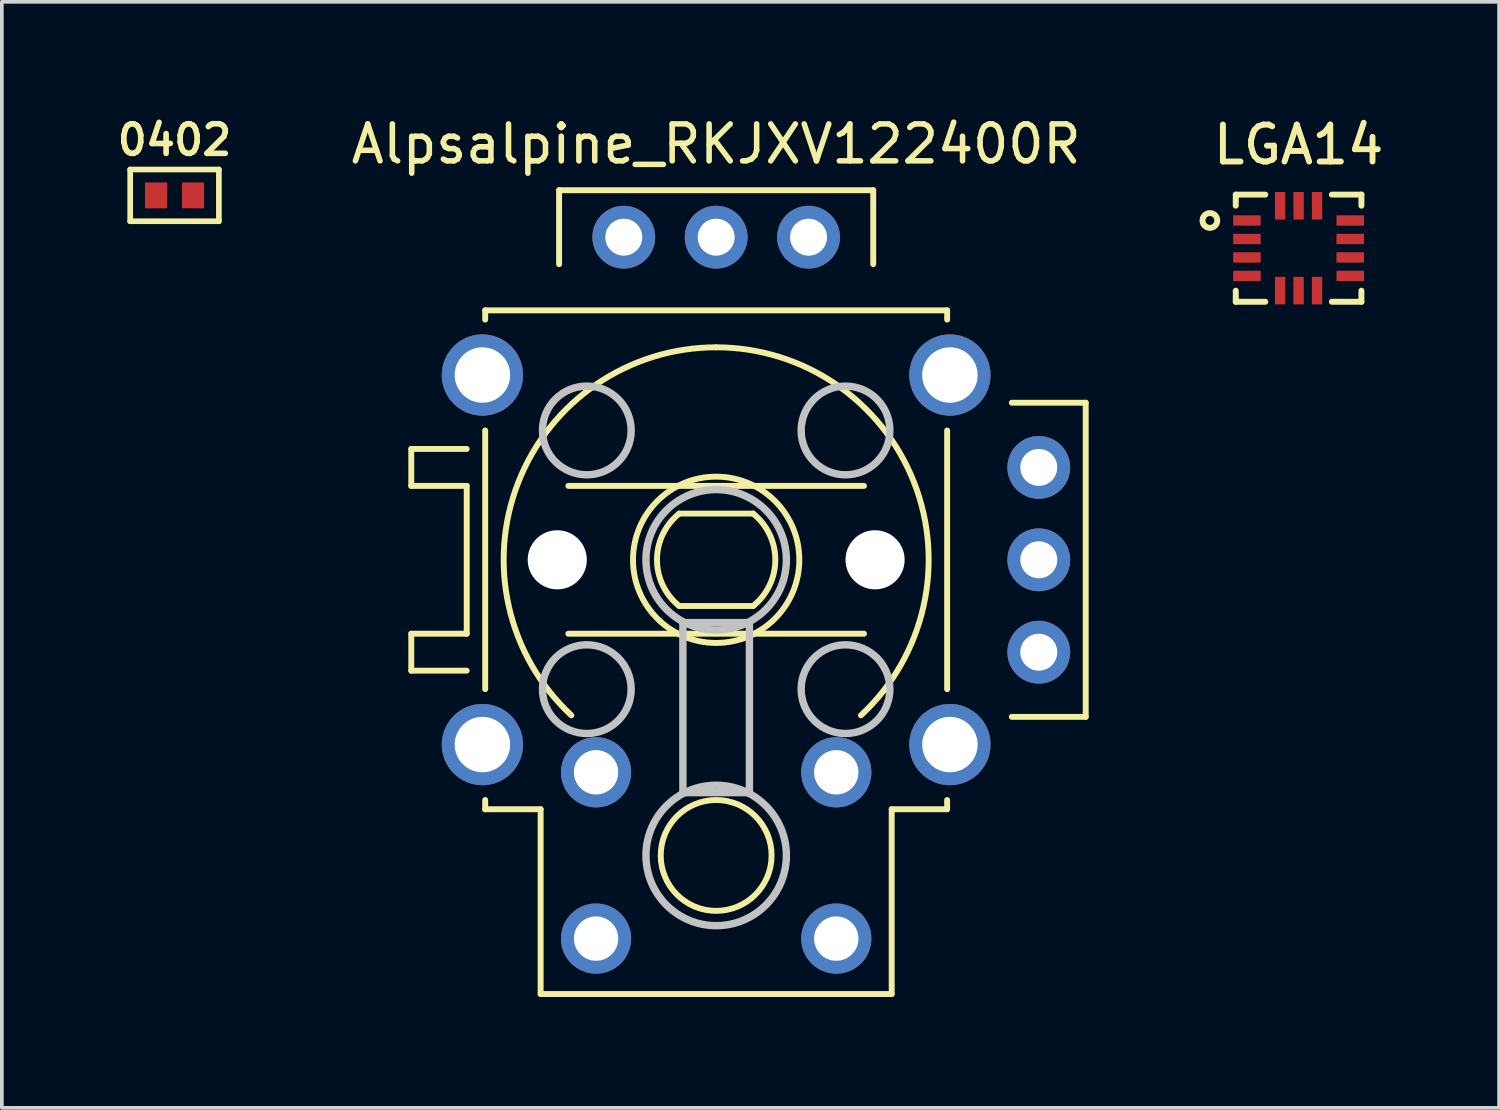
<source format=kicad_pcb>
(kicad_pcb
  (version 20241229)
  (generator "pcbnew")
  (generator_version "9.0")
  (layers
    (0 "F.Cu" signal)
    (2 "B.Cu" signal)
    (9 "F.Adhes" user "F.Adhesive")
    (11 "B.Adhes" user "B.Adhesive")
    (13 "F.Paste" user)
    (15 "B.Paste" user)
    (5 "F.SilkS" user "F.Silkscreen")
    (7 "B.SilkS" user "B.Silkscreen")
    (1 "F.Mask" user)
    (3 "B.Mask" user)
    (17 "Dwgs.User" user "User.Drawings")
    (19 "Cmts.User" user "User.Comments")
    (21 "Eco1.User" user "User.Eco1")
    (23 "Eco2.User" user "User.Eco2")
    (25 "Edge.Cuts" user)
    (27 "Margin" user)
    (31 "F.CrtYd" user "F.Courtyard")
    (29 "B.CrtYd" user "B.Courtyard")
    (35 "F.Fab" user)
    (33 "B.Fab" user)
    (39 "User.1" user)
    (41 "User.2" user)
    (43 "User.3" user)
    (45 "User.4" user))
  (footprint "Alpsalpine_RKJXV122400R"
    (layer "F.Cu")
    (at 16.329 12.098)
    (property "Reference" "Alpsalpine_RKJXV122400R" (at 0 -11.25 0) (layer "F.SilkS") (effects (font (size 1 1) (thickness 0.15))))
    (attr through_hole)
    (fp_line (start -8.25 -3) (end -6.75 -3) (stroke (width 0.16) (type default)) (layer "F.SilkS"))
    (fp_line (start -8.25 -2) (end -8.25 -3) (stroke (width 0.16) (type default)) (layer "F.SilkS"))
    (fp_line (start -8.25 2) (end -8.25 3) (stroke (width 0.16) (type default)) (layer "F.SilkS"))
    (fp_line (start -8.25 3) (end -6.75 3) (stroke (width 0.16) (type default)) (layer "F.SilkS"))
    (fp_line (start -6.75 -2) (end -8.25 -2) (stroke (width 0.16) (type default)) (layer "F.SilkS"))
    (fp_line (start -6.75 -2) (end -6.75 2) (stroke (width 0.16) (type default)) (layer "F.SilkS"))
    (fp_line (start -6.75 2) (end -8.25 2) (stroke (width 0.16) (type default)) (layer "F.SilkS"))
    (fp_line (start -6.25 -6.75) (end -6.25 -6.5) (stroke (width 0.16) (type default)) (layer "F.SilkS"))
    (fp_line (start -6.25 -6.75) (end 6.25 -6.75) (stroke (width 0.16) (type default)) (layer "F.SilkS"))
    (fp_line (start -6.25 3.5) (end -6.25 -3.5) (stroke (width 0.16) (type default)) (layer "F.SilkS"))
    (fp_line (start -6.25 6.5) (end -6.25 6.75) (stroke (width 0.16) (type default)) (layer "F.SilkS"))
    (fp_line (start -6.25 6.75) (end -4.75 6.75) (stroke (width 0.16) (type default)) (layer "F.SilkS"))
    (fp_line (start -4.75 11.75) (end -4.75 6.75) (stroke (width 0.16) (type default)) (layer "F.SilkS"))
    (fp_line (start -4.25 -8) (end -4.25 -10) (stroke (width 0.16) (type default)) (layer "F.SilkS"))
    (fp_line (start -1 -1.25) (end 1 -1.25) (stroke (width 0.16) (type default)) (layer "F.SilkS"))
    (fp_line (start -1 1.25) (end 1 1.25) (stroke (width 0.16) (type default)) (layer "F.SilkS"))
    (fp_line (start 4 -2) (end -4 -2) (stroke (width 0.16) (type default)) (layer "F.SilkS"))
    (fp_line (start 4 2) (end -4 2) (stroke (width 0.16) (type default)) (layer "F.SilkS"))
    (fp_line (start 4.25 -10) (end -4.25 -10) (stroke (width 0.16) (type default)) (layer "F.SilkS"))
    (fp_line (start 4.25 -8) (end 4.25 -10) (stroke (width 0.16) (type default)) (layer "F.SilkS"))
    (fp_line (start 4.75 6.75) (end 6.25 6.75) (stroke (width 0.16) (type default)) (layer "F.SilkS"))
    (fp_line (start 4.75 11.75) (end -4.75 11.75) (stroke (width 0.16) (type default)) (layer "F.SilkS"))
    (fp_line (start 4.75 11.75) (end 4.75 6.75) (stroke (width 0.16) (type default)) (layer "F.SilkS"))
    (fp_line (start 6.25 -6.75) (end 6.25 -6.5) (stroke (width 0.16) (type default)) (layer "F.SilkS"))
    (fp_line (start 6.25 3.5) (end 6.25 -3.5) (stroke (width 0.16) (type default)) (layer "F.SilkS"))
    (fp_line (start 6.25 6.5) (end 6.25 6.75) (stroke (width 0.16) (type default)) (layer "F.SilkS"))
    (fp_line (start 8 -4.25) (end 10 -4.25) (stroke (width 0.16) (type default)) (layer "F.SilkS"))
    (fp_line (start 8 4.25) (end 10 4.25) (stroke (width 0.16) (type default)) (layer "F.SilkS"))
    (fp_line (start 10 4.25) (end 10 -4.25) (stroke (width 0.16) (type default)) (layer "F.SilkS"))
    (fp_arc (start -3.918156 4.208389) (mid -5.350735 -2.105263) (end 0 -5.75) (stroke (width 0.16) (type default)) (layer "F.SilkS"))
    (fp_arc (start -1 1.25) (mid -1.600781 0) (end -1 -1.25) (stroke (width 0.16) (type default)) (layer "F.SilkS"))
    (fp_arc (start 0 -5.75) (mid 5.350735 -2.105263) (end 3.918157 4.20839) (stroke (width 0.16) (type default)) (layer "F.SilkS"))
    (fp_arc (start 1 -1.25) (mid 1.600781 0) (end 1 1.25) (stroke (width 0.16) (type default)) (layer "F.SilkS"))
    (fp_circle (center 0 0) (end 0 2.25) (stroke (width 0.16) (type default)) (fill no) (layer "F.SilkS"))
    (fp_circle (center 0 8) (end 1.5 8) (stroke (width 0.16) (type default)) (fill no) (layer "F.SilkS"))
    (fp_line (start -0.9 1.7) (end -0.9 6.3) (stroke (width 0.2) (type solid)) (layer "Dwgs.User"))
    (fp_line (start -0.9 6.3) (end 0.9 6.3) (stroke (width 0.2) (type solid)) (layer "Dwgs.User"))
    (fp_line (start 0.9 1.7) (end -0.9 1.7) (stroke (width 0.2) (type solid)) (layer "Dwgs.User"))
    (fp_line (start 0.9 6.3) (end 0.9 1.7) (stroke (width 0.2) (type solid)) (layer "Dwgs.User"))
    (fp_circle (center -3.5 -3.5) (end -2.3 -3.5) (stroke (width 0.2) (type solid)) (fill no) (layer "Dwgs.User"))
    (fp_circle (center -3.5 3.5) (end -2.3 3.5) (stroke (width 0.2) (type solid)) (fill no) (layer "Dwgs.User"))
    (fp_circle (center 0 0) (end 1.9 0) (stroke (width 0.2) (type solid)) (fill no) (layer "Dwgs.User"))
    (fp_circle (center 0 8) (end 1.9 8) (stroke (width 0.2) (type solid)) (fill no) (layer "Dwgs.User"))
    (fp_circle (center 3.5 -3.5) (end 4.7 -3.5) (stroke (width 0.2) (type solid)) (fill no) (layer "Dwgs.User"))
    (fp_circle (center 3.5 3.5) (end 4.7 3.5) (stroke (width 0.2) (type solid)) (fill no) (layer "Dwgs.User"))
    (pad "" thru_hole circle (at -6.325 -5) (size 2.2 2.2) (drill 1.5) (layers "*.Cu" "*.Mask"))
    (pad "" thru_hole circle (at -6.325 5) (size 2.2 2.2) (drill 1.5) (layers "*.Cu" "*.Mask"))
    (pad "" np_thru_hole circle (at -4.3 0) (size 1.6 1.6) (drill 1.6) (layers "*.Cu" "*.Mask"))
    (pad "" np_thru_hole circle (at 4.3 0) (size 1.6 1.6) (drill 1.6) (layers "*.Cu" "*.Mask"))
    (pad "" thru_hole circle (at 6.325 -5) (size 2.2 2.2) (drill 1.5) (layers "*.Cu" "*.Mask"))
    (pad "" thru_hole circle (at 6.325 5) (size 2.2 2.2) (drill 1.5) (layers "*.Cu" "*.Mask"))
    (pad "1" thru_hole circle (at 8.73 2.5) (size 1.7 1.7) (drill 1) (layers "*.Cu" "*.Mask"))
    (pad "2" thru_hole circle (at 8.73 0) (size 1.7 1.7) (drill 1) (layers "*.Cu" "*.Mask"))
    (pad "3" thru_hole circle (at 8.73 -2.5) (size 1.7 1.7) (drill 1) (layers "*.Cu" "*.Mask"))
    (pad "4" thru_hole circle (at 2.5 -8.73) (size 1.7 1.7) (drill 1) (layers "*.Cu" "*.Mask"))
    (pad "5" thru_hole circle (at 0 -8.73) (size 1.7 1.7) (drill 1) (layers "*.Cu" "*.Mask"))
    (pad "6" thru_hole circle (at -2.5 -8.73) (size 1.7 1.7) (drill 1) (layers "*.Cu" "*.Mask"))
    (pad "7" thru_hole circle (at -3.25 5.75) (size 1.9 1.9) (drill 1.2) (layers "*.Cu" "*.Mask"))
    (pad "8" thru_hole circle (at -3.25 10.25) (size 1.9 1.9) (drill 1.2) (layers "*.Cu" "*.Mask"))
    (pad "9" thru_hole circle (at 3.25 5.75) (size 1.9 1.9) (drill 1.2) (layers "*.Cu" "*.Mask"))
    (pad "10" thru_hole circle (at 3.25 10.25) (size 1.9 1.9) (drill 1.2) (layers "*.Cu" "*.Mask")))
  (footprint "LGA14"
    (layer "F.Cu")
    (at 32.089 3.666)
    (property "Reference" "LGA14" (at 0 -2.8 0) (layer "F.SilkS") (effects (font (size 1 1) (thickness 0.16))))
    (attr smd)
    (fp_line (start -1.7 -1.45) (end -1.7 -1.15) (stroke (width 0.16) (type solid)) (layer "F.SilkS"))
    (fp_line (start -1.7 -1.45) (end -0.9 -1.45) (stroke (width 0.16) (type solid)) (layer "F.SilkS"))
    (fp_line (start -1.7 1.15) (end -1.7 1.45) (stroke (width 0.16) (type solid)) (layer "F.SilkS"))
    (fp_line (start -1.7 1.45) (end -0.9 1.45) (stroke (width 0.16) (type solid)) (layer "F.SilkS"))
    (fp_line (start 1.7 -1.45) (end 0.9 -1.45) (stroke (width 0.16) (type solid)) (layer "F.SilkS"))
    (fp_line (start 1.7 -1.15) (end 1.7 -1.45) (stroke (width 0.16) (type solid)) (layer "F.SilkS"))
    (fp_line (start 1.7 1.45) (end 0.9 1.45) (stroke (width 0.16) (type solid)) (layer "F.SilkS"))
    (fp_line (start 1.7 1.45) (end 1.7 1.15) (stroke (width 0.16) (type solid)) (layer "F.SilkS"))
    (fp_circle (center -2.4 -0.75) (end -2.2 -0.75) (stroke (width 0.16) (type solid)) (fill no) (layer "F.SilkS"))
    (pad "1" smd rect (at -1.398 -0.75) (size 0.745 0.28) (layers "F.Cu" "F.Mask" "F.Paste"))
    (pad "2" smd rect (at -1.398 -0.25) (size 0.745 0.28) (layers "F.Cu" "F.Mask" "F.Paste"))
    (pad "3" smd rect (at -1.398 0.25) (size 0.745 0.28) (layers "F.Cu" "F.Mask" "F.Paste"))
    (pad "4" smd rect (at -1.398 0.75) (size 0.745 0.28) (layers "F.Cu" "F.Mask" "F.Paste"))
    (pad "5" smd rect (at -0.5 1.148 90) (size 0.745 0.28) (layers "F.Cu" "F.Mask" "F.Paste"))
    (pad "6" smd rect (at 0 1.148 90) (size 0.745 0.28) (layers "F.Cu" "F.Mask" "F.Paste"))
    (pad "7" smd rect (at 0.5 1.148 90) (size 0.745 0.28) (layers "F.Cu" "F.Mask" "F.Paste"))
    (pad "8" smd rect (at 1.398 0.75) (size 0.745 0.28) (layers "F.Cu" "F.Mask" "F.Paste"))
    (pad "9" smd rect (at 1.398 0.25) (size 0.745 0.28) (layers "F.Cu" "F.Mask" "F.Paste"))
    (pad "10" smd rect (at 1.398 -0.25) (size 0.745 0.28) (layers "F.Cu" "F.Mask" "F.Paste"))
    (pad "11" smd rect (at 1.398 -0.75) (size 0.745 0.28) (layers "F.Cu" "F.Mask" "F.Paste"))
    (pad "12" smd rect (at 0.5 -1.148 90) (size 0.745 0.28) (layers "F.Cu" "F.Mask" "F.Paste"))
    (pad "13" smd rect (at 0 -1.148 90) (size 0.745 0.28) (layers "F.Cu" "F.Mask" "F.Paste"))
    (pad "14" smd rect (at -0.5 -1.148 90) (size 0.745 0.28) (layers "F.Cu" "F.Mask" "F.Paste"))
    (zone (net_name "") (layer "F.Cu") (hatch edge 0.5) (connect_pads) (min_thickness 0.25) (filled_areas_thickness no) (keepout (tracks allowed) (vias allowed) (pads allowed) (copperpour not_allowed) (footprints allowed)) (placement (enabled no)) (fill) (polygon (pts (xy 33.489 4.816) (xy 30.689 4.816) (xy 30.689 2.516) (xy 33.489 2.516)))))
  (footprint "0402"
    (layer "F.Cu")
    (at 1.673 2.237)
    (property "Reference" "0402" (at 0 -1.5 0) (layer "F.SilkS") (effects (font (size 0.8 0.8) (thickness 0.153))))
    (attr smd)
    (fp_line (start -1.2 -0.7) (end -1.2 0.7) (stroke (width 0.153) (type solid)) (layer "F.SilkS"))
    (fp_line (start -1.2 -0.7) (end 1.2 -0.7) (stroke (width 0.153) (type solid)) (layer "F.SilkS"))
    (fp_line (start -1.2 0.7) (end 1.2 0.7) (stroke (width 0.153) (type solid)) (layer "F.SilkS"))
    (fp_line (start 1.2 -0.7) (end 1.2 0.7) (stroke (width 0.153) (type solid)) (layer "F.SilkS"))
    (pad "1" smd rect (at -0.5 0) (size 0.6 0.7) (layers "F.Cu" "F.Mask" "F.Paste"))
    (pad "2" smd rect (at 0.5 0) (size 0.6 0.7) (layers "F.Cu" "F.Mask" "F.Paste")))
  (gr_rect
    (start -3 -3)
    (end 37.514 26.928)
    (stroke (width 0.1) (type default))
    (fill no)
    (layer "Edge.Cuts")))
</source>
